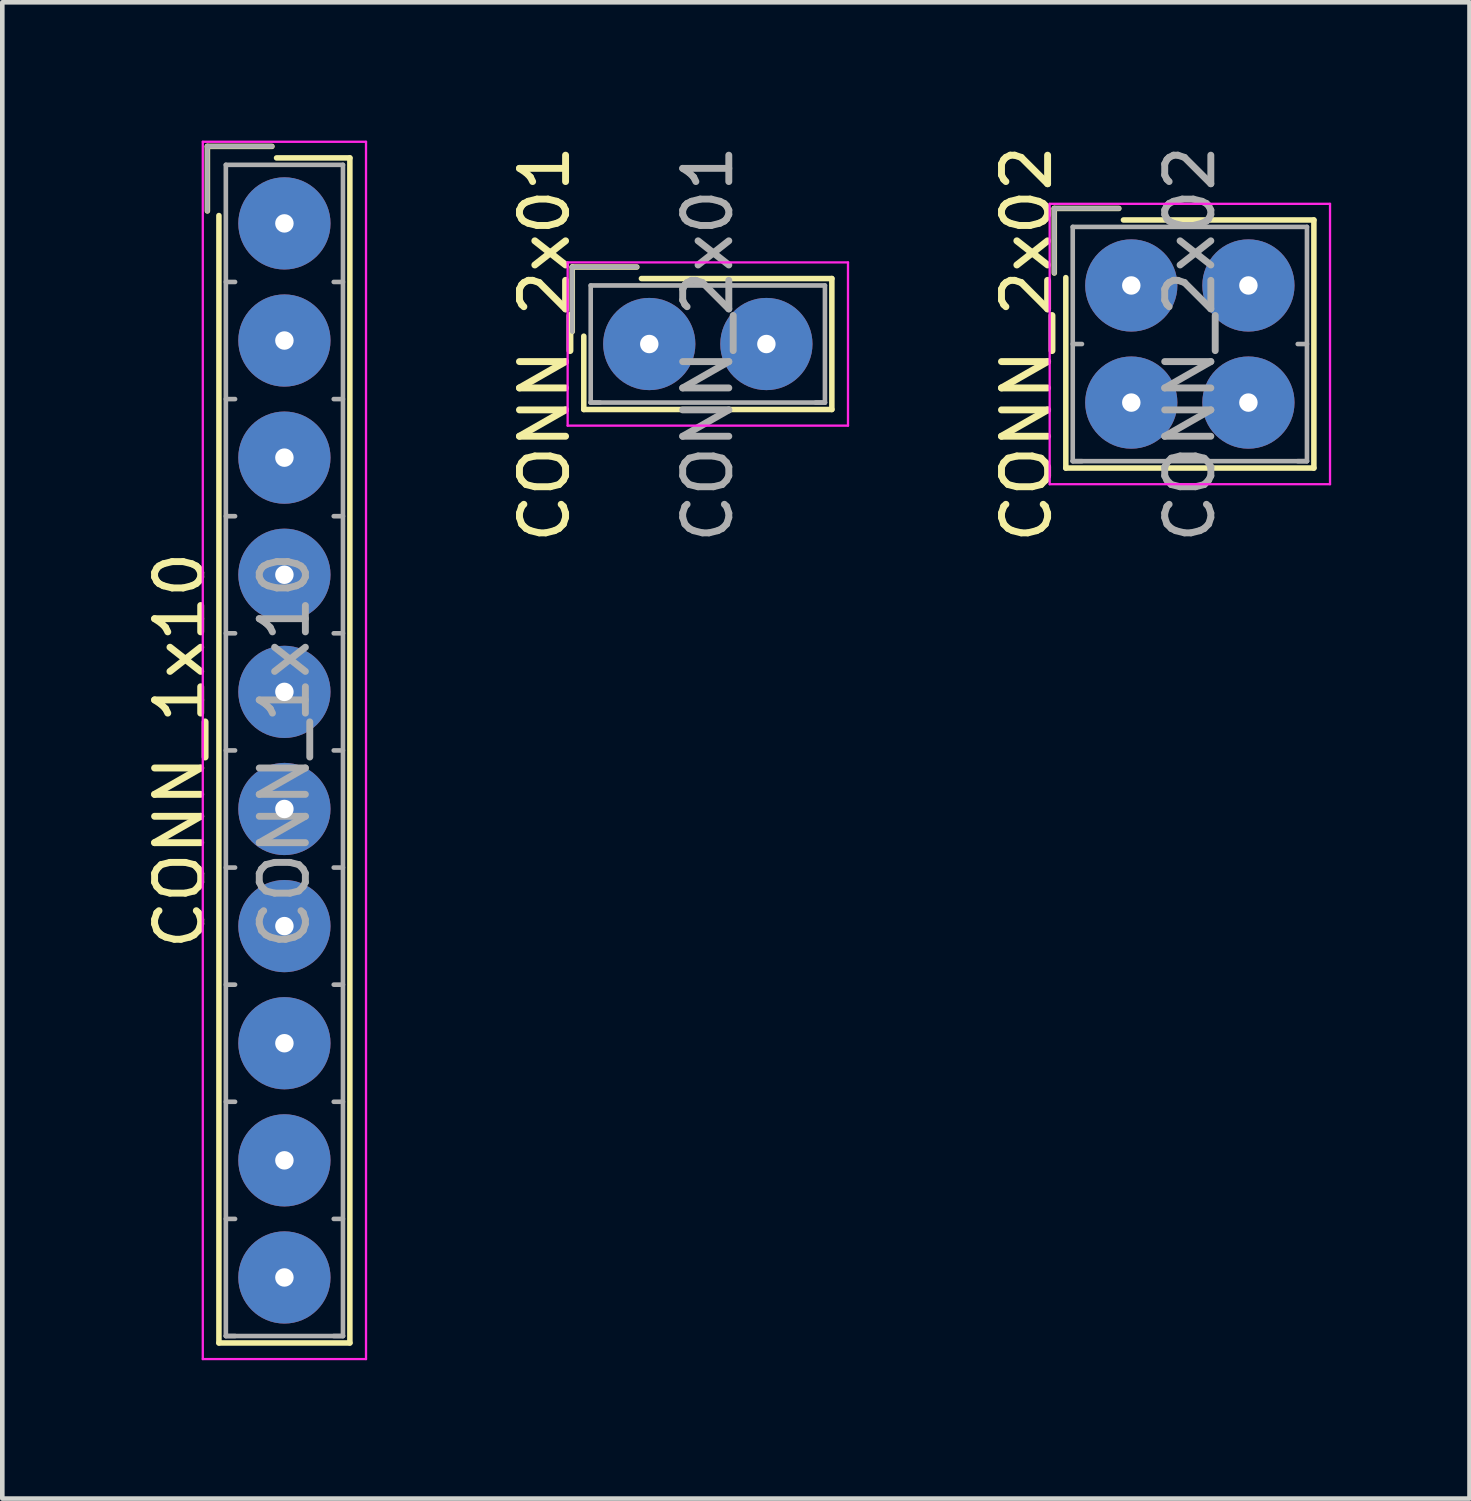
<source format=kicad_pcb>
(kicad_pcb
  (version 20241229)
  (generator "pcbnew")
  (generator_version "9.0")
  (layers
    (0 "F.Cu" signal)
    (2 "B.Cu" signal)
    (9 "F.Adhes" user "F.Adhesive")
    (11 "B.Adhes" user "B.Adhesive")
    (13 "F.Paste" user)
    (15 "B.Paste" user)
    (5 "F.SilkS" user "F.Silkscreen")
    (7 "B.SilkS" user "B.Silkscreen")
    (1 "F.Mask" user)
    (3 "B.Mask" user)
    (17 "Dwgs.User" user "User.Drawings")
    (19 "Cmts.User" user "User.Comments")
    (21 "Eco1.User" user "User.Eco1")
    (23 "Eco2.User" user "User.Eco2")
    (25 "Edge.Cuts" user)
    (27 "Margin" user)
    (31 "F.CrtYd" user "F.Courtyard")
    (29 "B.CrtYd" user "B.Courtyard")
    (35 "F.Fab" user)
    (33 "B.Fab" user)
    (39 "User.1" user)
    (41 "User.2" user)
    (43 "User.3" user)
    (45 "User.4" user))
  (footprint "CONN_1x10"
    (layer "F.Cu")
    (at 3.118 1.795)
    (property "Reference" "CONN_1x10" (at -2.27 11.43 90) (layer "F.SilkS") (effects (font (size 1 1) (thickness 0.15))))
    (attr through_hole)
    (fp_line (start -1.67 -1.67) (end -1.67 -0.27) (stroke (width 0.12) (type solid)) (layer "F.SilkS"))
    (fp_line (start -1.42 24.28) (end -1.42 -0.17) (stroke (width 0.12) (type solid)) (layer "F.SilkS"))
    (fp_line (start -0.27 -1.67) (end -1.67 -1.67) (stroke (width 0.12) (type solid)) (layer "F.SilkS"))
    (fp_line (start -0.17 -1.42) (end 1.42 -1.42) (stroke (width 0.12) (type solid)) (layer "F.SilkS"))
    (fp_line (start 1.42 -1.42) (end 1.42 24.28) (stroke (width 0.12) (type solid)) (layer "F.SilkS"))
    (fp_line (start 1.42 24.28) (end -1.42 24.28) (stroke (width 0.12) (type solid)) (layer "F.SilkS"))
    (fp_line (start -1.77 -1.77) (end -1.77 24.63) (stroke (width 0.05) (type solid)) (layer "F.CrtYd"))
    (fp_line (start -1.77 24.63) (end 1.77 24.63) (stroke (width 0.05) (type solid)) (layer "F.CrtYd"))
    (fp_line (start 1.77 -1.77) (end -1.77 -1.77) (stroke (width 0.05) (type solid)) (layer "F.CrtYd"))
    (fp_line (start 1.77 24.63) (end 1.77 -1.77) (stroke (width 0.05) (type solid)) (layer "F.CrtYd"))
    (fp_line (start -1.67 -1.67) (end -1.67 -0.27) (stroke (width 0.1) (type solid)) (layer "F.Fab"))
    (fp_line (start -1.27 -1.27) (end -1.27 24.13) (stroke (width 0.1) (type solid)) (layer "F.Fab"))
    (fp_line (start -1.27 1.27) (end -1.07 1.27) (stroke (width 0.1) (type solid)) (layer "F.Fab"))
    (fp_line (start -1.27 3.81) (end -1.07 3.81) (stroke (width 0.1) (type solid)) (layer "F.Fab"))
    (fp_line (start -1.27 6.35) (end -1.07 6.35) (stroke (width 0.1) (type solid)) (layer "F.Fab"))
    (fp_line (start -1.27 8.89) (end -1.07 8.89) (stroke (width 0.1) (type solid)) (layer "F.Fab"))
    (fp_line (start -1.27 11.43) (end -1.07 11.43) (stroke (width 0.1) (type solid)) (layer "F.Fab"))
    (fp_line (start -1.27 13.97) (end -1.07 13.97) (stroke (width 0.1) (type solid)) (layer "F.Fab"))
    (fp_line (start -1.27 16.51) (end -1.07 16.51) (stroke (width 0.1) (type solid)) (layer "F.Fab"))
    (fp_line (start -1.27 19.05) (end -1.07 19.05) (stroke (width 0.1) (type solid)) (layer "F.Fab"))
    (fp_line (start -1.27 21.59) (end -1.07 21.59) (stroke (width 0.1) (type solid)) (layer "F.Fab"))
    (fp_line (start -1.27 24.13) (end -1.07 24.13) (stroke (width 0.1) (type solid)) (layer "F.Fab"))
    (fp_line (start -1.27 24.13) (end 1.27 24.13) (stroke (width 0.1) (type solid)) (layer "F.Fab"))
    (fp_line (start -0.27 -1.67) (end -1.67 -1.67) (stroke (width 0.1) (type solid)) (layer "F.Fab"))
    (fp_line (start 1.27 -1.27) (end -1.27 -1.27) (stroke (width 0.1) (type solid)) (layer "F.Fab"))
    (fp_line (start 1.27 1.27) (end 1.07 1.27) (stroke (width 0.1) (type solid)) (layer "F.Fab"))
    (fp_line (start 1.27 3.81) (end 1.07 3.81) (stroke (width 0.1) (type solid)) (layer "F.Fab"))
    (fp_line (start 1.27 6.35) (end 1.07 6.35) (stroke (width 0.1) (type solid)) (layer "F.Fab"))
    (fp_line (start 1.27 8.89) (end 1.07 8.89) (stroke (width 0.1) (type solid)) (layer "F.Fab"))
    (fp_line (start 1.27 11.43) (end 1.07 11.43) (stroke (width 0.1) (type solid)) (layer "F.Fab"))
    (fp_line (start 1.27 13.97) (end 1.07 13.97) (stroke (width 0.1) (type solid)) (layer "F.Fab"))
    (fp_line (start 1.27 16.51) (end 1.07 16.51) (stroke (width 0.1) (type solid)) (layer "F.Fab"))
    (fp_line (start 1.27 19.05) (end 1.07 19.05) (stroke (width 0.1) (type solid)) (layer "F.Fab"))
    (fp_line (start 1.27 21.59) (end 1.07 21.59) (stroke (width 0.1) (type solid)) (layer "F.Fab"))
    (fp_line (start 1.27 24.13) (end 1.07 24.13) (stroke (width 0.1) (type solid)) (layer "F.Fab"))
    (fp_line (start 1.27 24.13) (end 1.27 -1.27) (stroke (width 0.1) (type solid)) (layer "F.Fab"))
    (fp_text user "${REFERENCE}" (at 0 11.43 90) (layer "F.Fab") (effects (font (size 1 1) (thickness 0.15))))
    (pad "1" thru_hole circle (at 0 0) (size 2 2) (drill 0.4) (layers "*.Cu" "*.Mask"))
    (pad "2" thru_hole circle (at 0 2.54) (size 2 2) (drill 0.4) (layers "*.Cu" "*.Mask"))
    (pad "3" thru_hole circle (at 0 5.08) (size 2 2) (drill 0.4) (layers "*.Cu" "*.Mask"))
    (pad "4" thru_hole circle (at 0 7.62) (size 2 2) (drill 0.4) (layers "*.Cu" "*.Mask"))
    (pad "5" thru_hole circle (at 0 10.16) (size 2 2) (drill 0.4) (layers "*.Cu" "*.Mask"))
    (pad "6" thru_hole circle (at 0 12.7) (size 2 2) (drill 0.4) (layers "*.Cu" "*.Mask"))
    (pad "7" thru_hole circle (at 0 15.24) (size 2 2) (drill 0.4) (layers "*.Cu" "*.Mask"))
    (pad "8" thru_hole circle (at 0 17.78) (size 2 2) (drill 0.4) (layers "*.Cu" "*.Mask"))
    (pad "9" thru_hole circle (at 0 20.32) (size 2 2) (drill 0.4) (layers "*.Cu" "*.Mask"))
    (pad "10" thru_hole circle (at 0 22.86) (size 2 2) (drill 0.4) (layers "*.Cu" "*.Mask")))
  (footprint "CONN_2x01"
    (layer "F.Cu")
    (at 11.031 4.411)
    (property "Reference" "CONN_2x01" (at -2.27 0 90) (layer "F.SilkS") (effects (font (size 1 1) (thickness 0.15))))
    (attr through_hole)
    (fp_line (start -1.67 -1.67) (end -1.67 -0.27) (stroke (width 0.12) (type solid)) (layer "F.SilkS"))
    (fp_line (start -1.42 1.42) (end -1.42 -0.17) (stroke (width 0.12) (type solid)) (layer "F.SilkS"))
    (fp_line (start -0.27 -1.67) (end -1.67 -1.67) (stroke (width 0.12) (type solid)) (layer "F.SilkS"))
    (fp_line (start -0.17 -1.42) (end 3.96 -1.42) (stroke (width 0.12) (type solid)) (layer "F.SilkS"))
    (fp_line (start 3.96 -1.42) (end 3.96 1.42) (stroke (width 0.12) (type solid)) (layer "F.SilkS"))
    (fp_line (start 3.96 1.42) (end -1.42 1.42) (stroke (width 0.12) (type solid)) (layer "F.SilkS"))
    (fp_line (start -1.77 -1.77) (end -1.77 1.77) (stroke (width 0.05) (type solid)) (layer "F.CrtYd"))
    (fp_line (start -1.77 1.77) (end 4.31 1.77) (stroke (width 0.05) (type solid)) (layer "F.CrtYd"))
    (fp_line (start 4.31 -1.77) (end -1.77 -1.77) (stroke (width 0.05) (type solid)) (layer "F.CrtYd"))
    (fp_line (start 4.31 1.77) (end 4.31 -1.77) (stroke (width 0.05) (type solid)) (layer "F.CrtYd"))
    (fp_line (start -1.67 -1.67) (end -1.67 -0.27) (stroke (width 0.1) (type solid)) (layer "F.Fab"))
    (fp_line (start -1.27 -1.27) (end -1.27 1.27) (stroke (width 0.1) (type solid)) (layer "F.Fab"))
    (fp_line (start -1.27 1.27) (end -1.07 1.27) (stroke (width 0.1) (type solid)) (layer "F.Fab"))
    (fp_line (start -1.27 1.27) (end 3.81 1.27) (stroke (width 0.1) (type solid)) (layer "F.Fab"))
    (fp_line (start -0.27 -1.67) (end -1.67 -1.67) (stroke (width 0.1) (type solid)) (layer "F.Fab"))
    (fp_line (start 3.81 -1.27) (end -1.27 -1.27) (stroke (width 0.1) (type solid)) (layer "F.Fab"))
    (fp_line (start 3.81 1.27) (end 3.61 1.27) (stroke (width 0.1) (type solid)) (layer "F.Fab"))
    (fp_line (start 3.81 1.27) (end 3.81 -1.27) (stroke (width 0.1) (type solid)) (layer "F.Fab"))
    (fp_text user "${REFERENCE}" (at 1.27 0 90) (layer "F.Fab") (effects (font (size 1 1) (thickness 0.15))))
    (pad "1" thru_hole circle (at 0 0) (size 2 2) (drill 0.4) (layers "*.Cu" "*.Mask"))
    (pad "2" thru_hole circle (at 2.54 0) (size 2 2) (drill 0.4) (layers "*.Cu" "*.Mask")))
  (footprint "CONN_2x02"
    (layer "F.Cu")
    (at 21.485 3.141)
    (property "Reference" "CONN_2x02" (at -2.27 1.27 90) (layer "F.SilkS") (effects (font (size 1 1) (thickness 0.15))))
    (attr through_hole)
    (fp_line (start -1.67 -1.67) (end -1.67 -0.27) (stroke (width 0.12) (type solid)) (layer "F.SilkS"))
    (fp_line (start -1.42 3.96) (end -1.42 -0.17) (stroke (width 0.12) (type solid)) (layer "F.SilkS"))
    (fp_line (start -0.27 -1.67) (end -1.67 -1.67) (stroke (width 0.12) (type solid)) (layer "F.SilkS"))
    (fp_line (start -0.17 -1.42) (end 3.96 -1.42) (stroke (width 0.12) (type solid)) (layer "F.SilkS"))
    (fp_line (start 3.96 -1.42) (end 3.96 3.96) (stroke (width 0.12) (type solid)) (layer "F.SilkS"))
    (fp_line (start 3.96 3.96) (end -1.42 3.96) (stroke (width 0.12) (type solid)) (layer "F.SilkS"))
    (fp_line (start -1.77 -1.77) (end -1.77 4.31) (stroke (width 0.05) (type solid)) (layer "F.CrtYd"))
    (fp_line (start -1.77 4.31) (end 4.31 4.31) (stroke (width 0.05) (type solid)) (layer "F.CrtYd"))
    (fp_line (start 4.31 -1.77) (end -1.77 -1.77) (stroke (width 0.05) (type solid)) (layer "F.CrtYd"))
    (fp_line (start 4.31 4.31) (end 4.31 -1.77) (stroke (width 0.05) (type solid)) (layer "F.CrtYd"))
    (fp_line (start -1.67 -1.67) (end -1.67 -0.27) (stroke (width 0.1) (type solid)) (layer "F.Fab"))
    (fp_line (start -1.27 -1.27) (end -1.27 3.81) (stroke (width 0.1) (type solid)) (layer "F.Fab"))
    (fp_line (start -1.27 1.27) (end -1.07 1.27) (stroke (width 0.1) (type solid)) (layer "F.Fab"))
    (fp_line (start -1.27 3.81) (end -1.07 3.81) (stroke (width 0.1) (type solid)) (layer "F.Fab"))
    (fp_line (start -1.27 3.81) (end 3.81 3.81) (stroke (width 0.1) (type solid)) (layer "F.Fab"))
    (fp_line (start -0.27 -1.67) (end -1.67 -1.67) (stroke (width 0.1) (type solid)) (layer "F.Fab"))
    (fp_line (start 3.81 -1.27) (end -1.27 -1.27) (stroke (width 0.1) (type solid)) (layer "F.Fab"))
    (fp_line (start 3.81 1.27) (end 3.61 1.27) (stroke (width 0.1) (type solid)) (layer "F.Fab"))
    (fp_line (start 3.81 3.81) (end 3.61 3.81) (stroke (width 0.1) (type solid)) (layer "F.Fab"))
    (fp_line (start 3.81 3.81) (end 3.81 -1.27) (stroke (width 0.1) (type solid)) (layer "F.Fab"))
    (fp_text user "${REFERENCE}" (at 1.27 1.27 90) (layer "F.Fab") (effects (font (size 1 1) (thickness 0.15))))
    (pad "1" thru_hole circle (at 0 0) (size 2 2) (drill 0.4) (layers "*.Cu" "*.Mask"))
    (pad "2" thru_hole circle (at 2.54 0) (size 2 2) (drill 0.4) (layers "*.Cu" "*.Mask"))
    (pad "3" thru_hole circle (at 0 2.54) (size 2 2) (drill 0.4) (layers "*.Cu" "*.Mask"))
    (pad "4" thru_hole circle (at 2.54 2.54) (size 2 2) (drill 0.4) (layers "*.Cu" "*.Mask")))
  (gr_rect
    (start -3 -3)
    (end 28.82 29.45)
    (stroke (width 0.1) (type default))
    (fill no)
    (layer "Edge.Cuts")))
</source>
